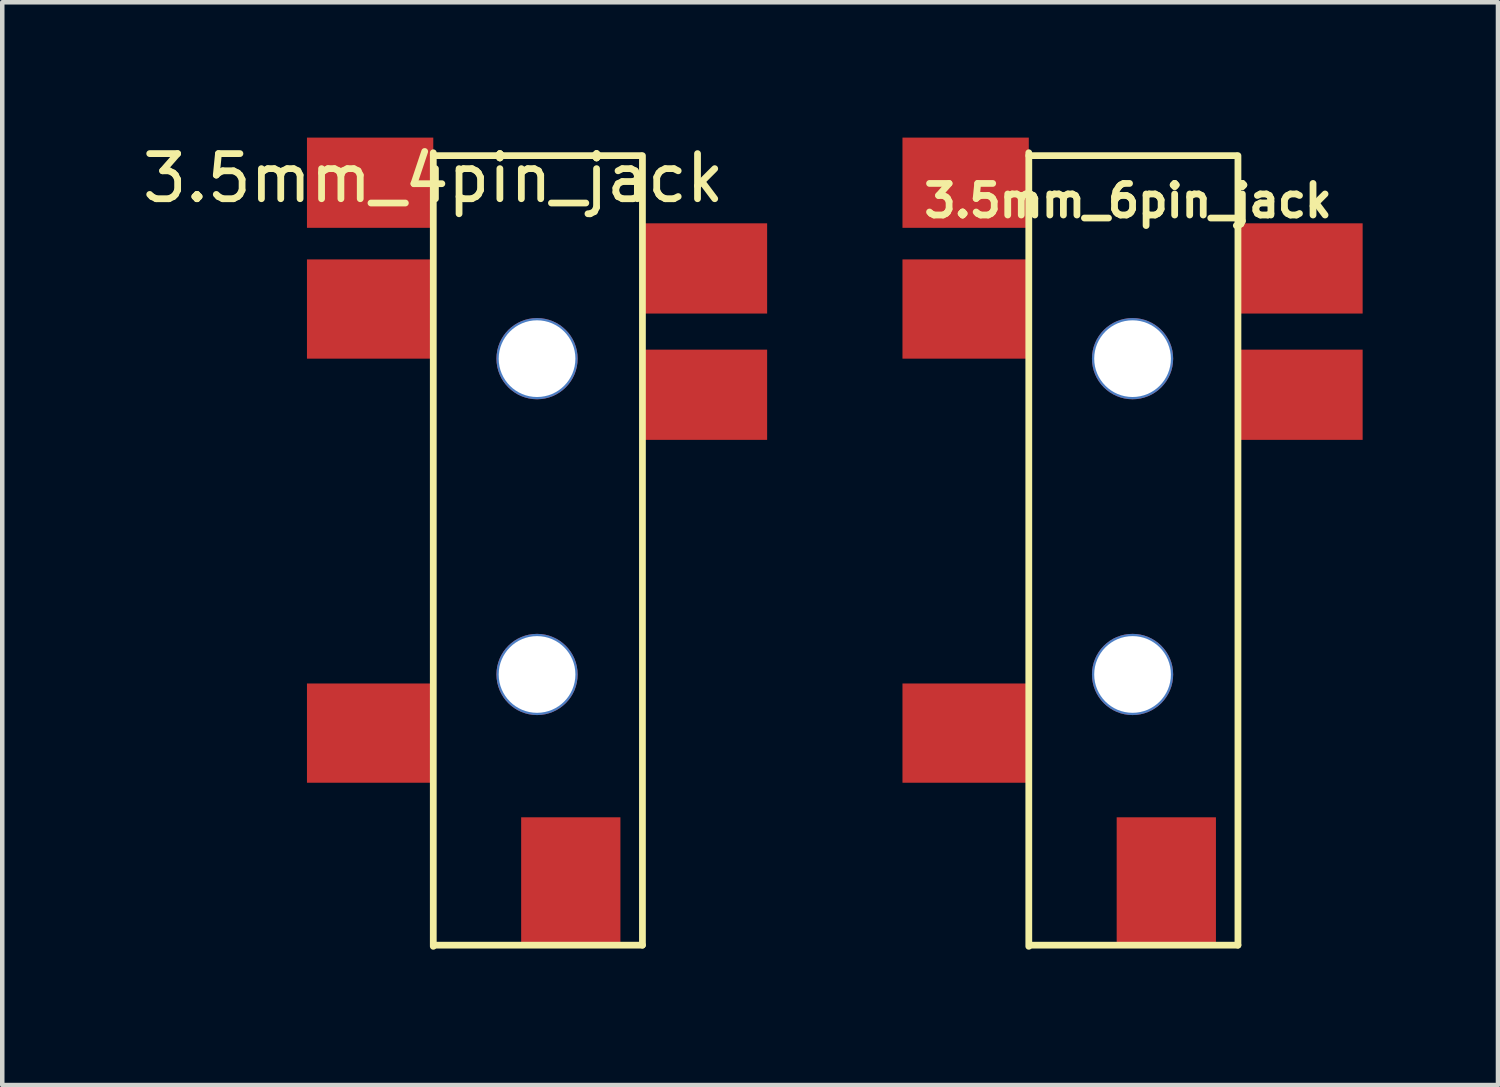
<source format=kicad_pcb>
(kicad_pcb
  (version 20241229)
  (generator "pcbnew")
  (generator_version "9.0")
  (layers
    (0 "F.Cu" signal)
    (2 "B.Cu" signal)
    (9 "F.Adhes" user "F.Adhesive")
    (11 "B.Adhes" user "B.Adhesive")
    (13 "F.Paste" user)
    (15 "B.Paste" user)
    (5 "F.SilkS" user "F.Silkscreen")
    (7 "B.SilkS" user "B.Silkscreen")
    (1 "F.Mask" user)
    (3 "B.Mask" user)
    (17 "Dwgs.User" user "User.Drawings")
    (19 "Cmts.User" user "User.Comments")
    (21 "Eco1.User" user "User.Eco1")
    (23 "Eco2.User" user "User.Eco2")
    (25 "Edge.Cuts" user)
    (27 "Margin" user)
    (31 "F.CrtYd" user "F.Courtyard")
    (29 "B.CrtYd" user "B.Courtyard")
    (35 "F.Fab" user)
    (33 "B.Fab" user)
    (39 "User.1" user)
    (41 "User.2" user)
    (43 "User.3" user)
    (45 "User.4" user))
  (footprint "3.5mm_6pin_jack"
    (layer "F.Cu")
    (at 19.754 0.4)
    (property "Reference" "3.5mm_6pin_jack" (at 2.2 1 0) (layer "F.SilkS") (effects (font (size 0.7 0.7) (thickness 0.15))))
    (attr through_hole)
    (fp_line (start 0 0) (end 4.6 0) (stroke (width 0.15) (type solid)) (layer "F.SilkS"))
    (fp_line (start 0 17.526) (end 0 -0.064) (stroke (width 0.15) (type solid)) (layer "F.SilkS"))
    (fp_line (start 0.035 17.5) (end 4.636 17.5) (stroke (width 0.15) (type solid)) (layer "F.SilkS"))
    (fp_line (start 4.636 0) (end 4.636 17.5) (stroke (width 0.15) (type solid)) (layer "F.SilkS"))
    (pad "" np_thru_hole circle (at 2.3 4.5) (size 1.8 1.8) (drill 1.7) (layers "*.Cu" "*.Mask"))
    (pad "" np_thru_hole circle (at 2.3 11.5) (size 1.8 1.8) (drill 1.7) (layers "*.Cu" "*.Mask"))
    (pad "1" smd rect (at -1.4 0.6) (size 2.8 2) (layers "F.Cu" "F.Mask" "F.Paste"))
    (pad "2" smd rect (at -1.4 12.8) (size 2.8 2.2) (layers "F.Cu" "F.Mask" "F.Paste"))
    (pad "3" smd rect (at 6 5.3) (size 2.8 2) (layers "F.Cu" "F.Mask" "F.Paste"))
    (pad "4" smd rect (at -1.4 3.4) (size 2.8 2.2) (layers "F.Cu" "F.Mask" "F.Paste"))
    (pad "5" smd rect (at 3.048 16.066) (size 2.2 2.8) (layers "F.Cu" "F.Mask" "F.Paste"))
    (pad "6" smd rect (at 6 2.5) (size 2.8 2) (layers "F.Cu" "F.Mask" "F.Paste")))
  (footprint "3.5mm_4pin_jack"
    (layer "F.Cu")
    (at 6.554 0.4)
    (property "Reference" "3.5mm_4pin_jack" (at 0 0.5 0) (layer "F.SilkS") (effects (font (size 1 1) (thickness 0.15))))
    (attr through_hole)
    (fp_line (start 0 0) (end 4.6 0) (stroke (width 0.15) (type solid)) (layer "F.SilkS"))
    (fp_line (start 0 17.526) (end 0 -0.064) (stroke (width 0.15) (type solid)) (layer "F.SilkS"))
    (fp_line (start 0.035 17.5) (end 4.636 17.5) (stroke (width 0.15) (type solid)) (layer "F.SilkS"))
    (fp_line (start 4.636 0) (end 4.636 17.5) (stroke (width 0.15) (type solid)) (layer "F.SilkS"))
    (pad "" np_thru_hole circle (at 2.3 4.5) (size 1.8 1.8) (drill 1.7) (layers "*.Cu" "*.Mask"))
    (pad "" np_thru_hole circle (at 2.3 11.5) (size 1.8 1.8) (drill 1.7) (layers "*.Cu" "*.Mask"))
    (pad "1" smd rect (at -1.4 0.6) (size 2.8 2) (layers "F.Cu" "F.Mask" "F.Paste"))
    (pad "2" smd rect (at -1.4 12.8) (size 2.8 2.2) (layers "F.Cu" "F.Mask" "F.Paste"))
    (pad "3" smd rect (at 6 5.3) (size 2.8 2) (layers "F.Cu" "F.Mask" "F.Paste"))
    (pad "4" smd rect (at -1.4 3.4) (size 2.8 2.2) (layers "F.Cu" "F.Mask" "F.Paste"))
    (pad "5" smd rect (at 3.048 16.066) (size 2.2 2.8) (layers "F.Cu" "F.Mask" "F.Paste"))
    (pad "6" smd rect (at 6 2.5) (size 2.8 2) (layers "F.Cu" "F.Mask" "F.Paste")))
  (gr_rect
    (start -3 -3)
    (end 30.154 21.001)
    (stroke (width 0.1) (type default))
    (fill no)
    (layer "Edge.Cuts")))
</source>
